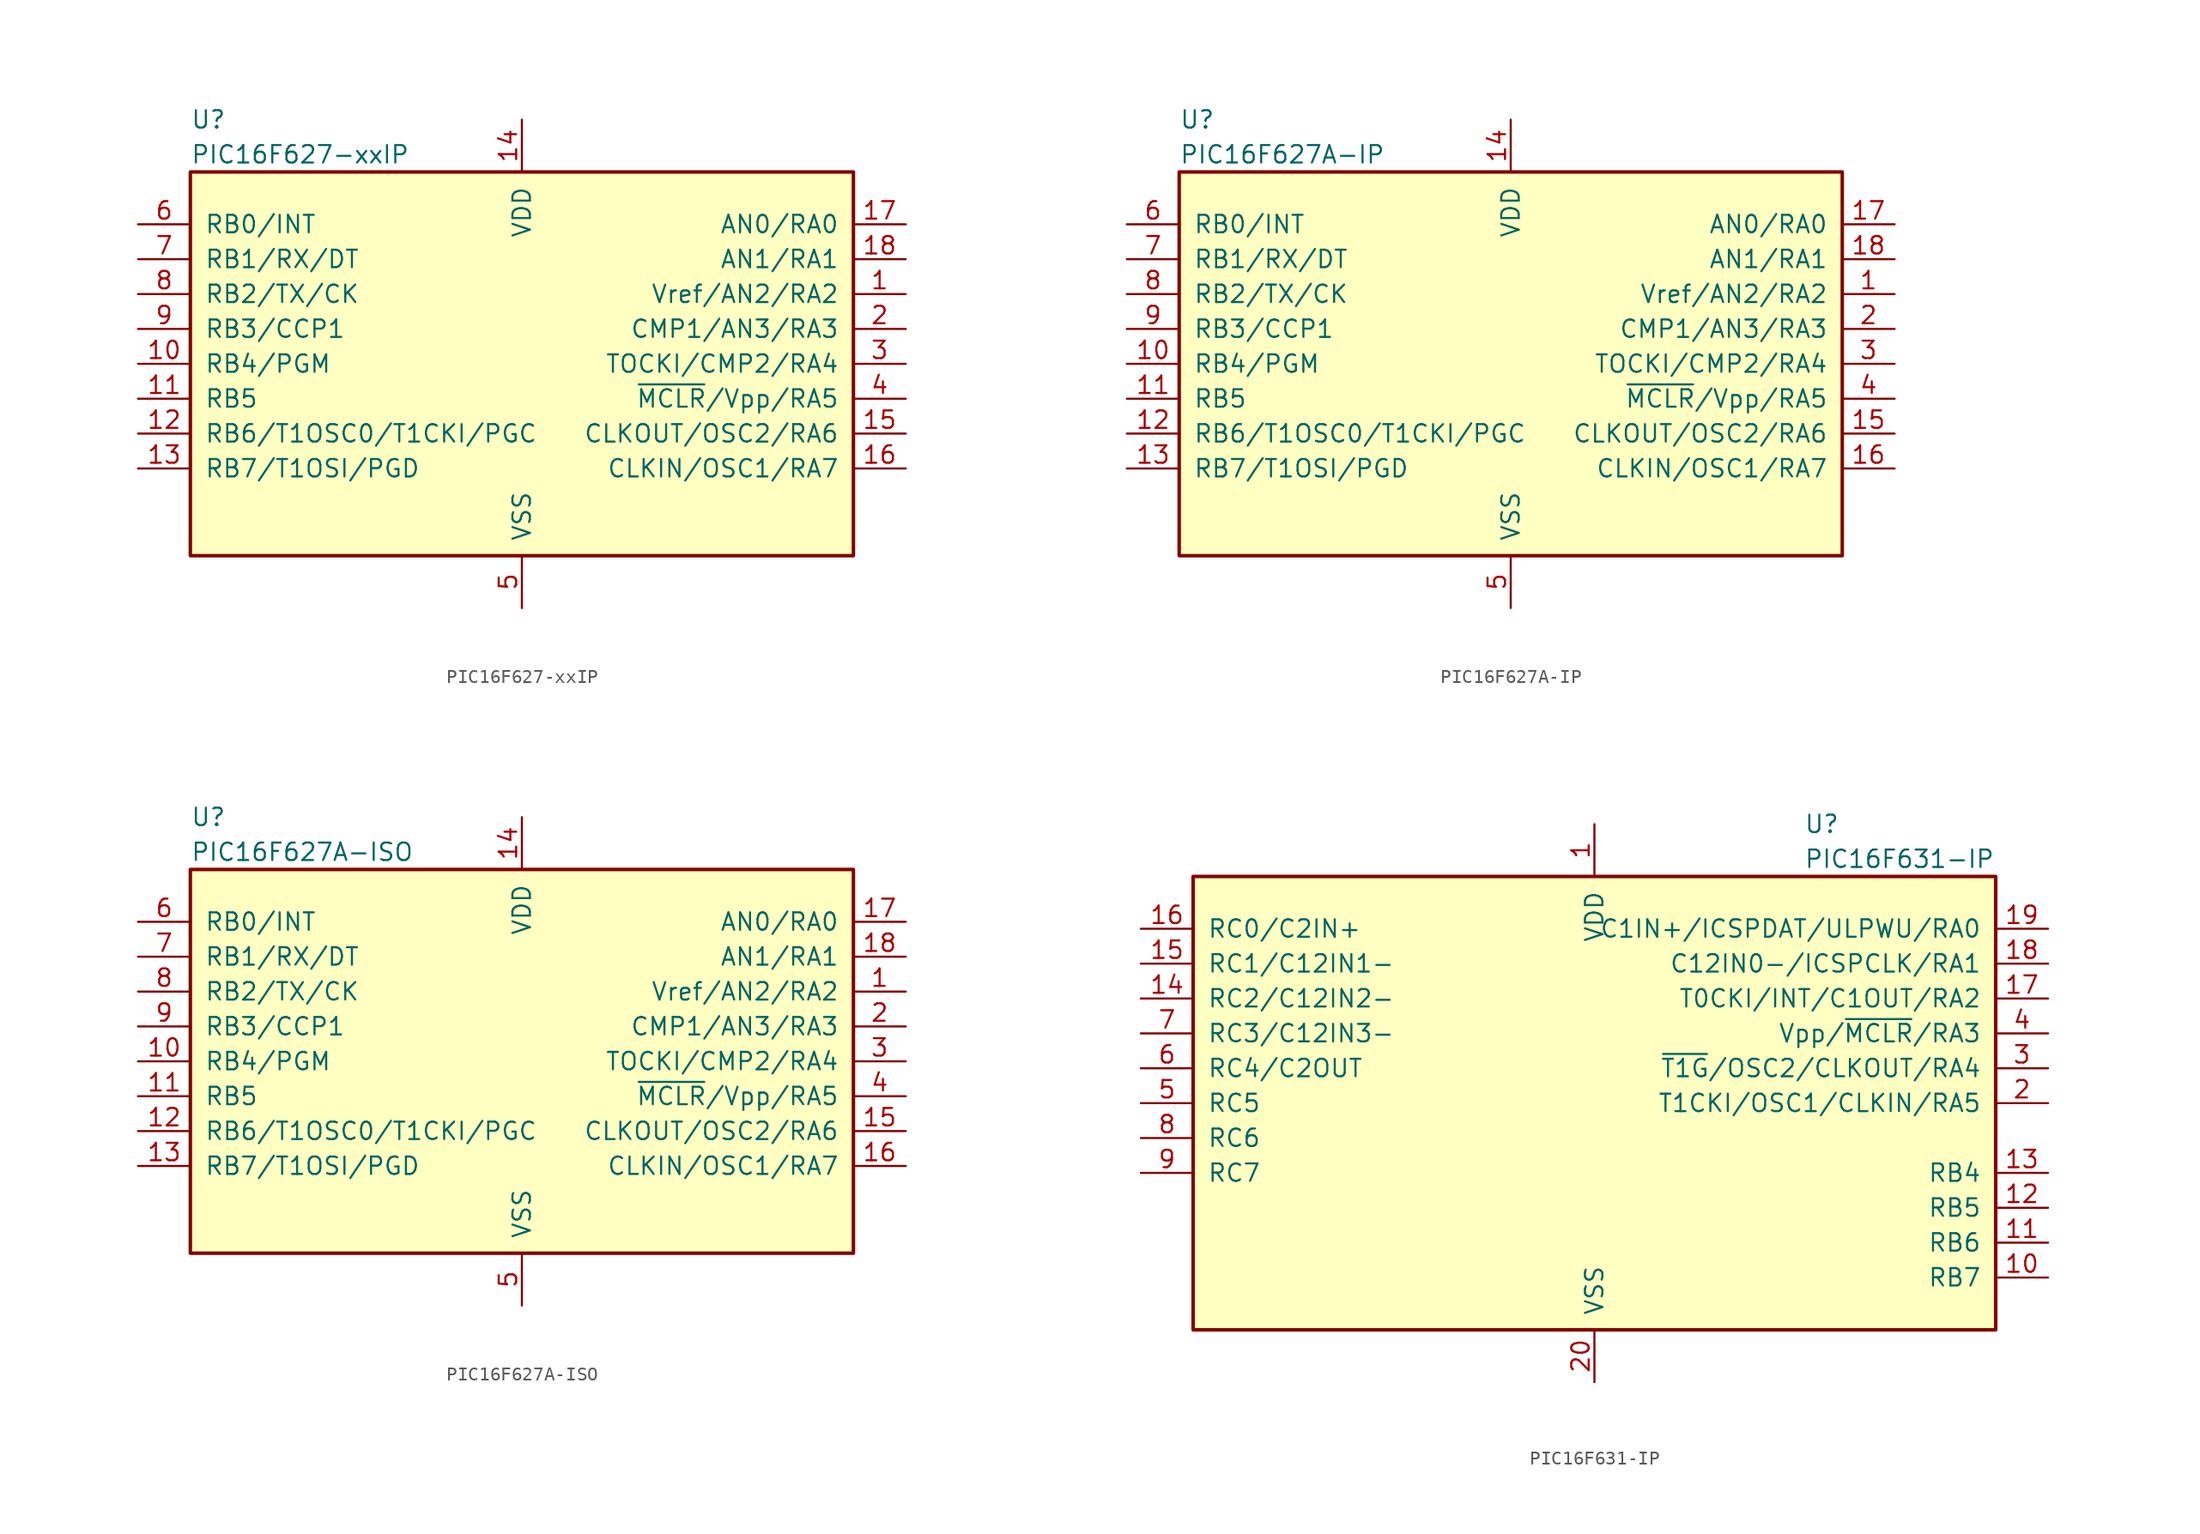
<source format=kicad_sym>
(kicad_symbol_lib
  (version 20211014)
  (generator kicad_symbol_editor)
  (symbol "PIC16F627-xxIP"
    (pin_names
      (offset 1.016))
    (property "Reference" "U"
      (at -24.13 17.78 0)
      (effects (font (size 1.27 1.27)) (justify left)))
    (property "Value" "PIC16F627-xxIP"
      (at -24.13 15.24 0)
      (effects (font (size 1.27 1.27)) (justify left)))
    (symbol "PIC16F627-xxIP_0_1"
      (rectangle (start 24.13 13.97) (end -24.13 -13.97) (stroke (width 0.254) (type default) (color 0 0 0 0)) (fill (type background))))
    (symbol "PIC16F627-xxIP_1_1"
      (pin bidirectional line (at 27.94 5.08 180) (length 3.81) (name "Vref/AN2/RA2" (effects (font (size 1.27 1.27)))) (number "1" (effects (font (size 1.27 1.27)))))
      (pin bidirectional line (at -27.94 0 0) (length 3.81) (name "RB4/PGM" (effects (font (size 1.27 1.27)))) (number "10" (effects (font (size 1.27 1.27)))))
      (pin bidirectional line (at -27.94 -2.54 0) (length 3.81) (name "RB5" (effects (font (size 1.27 1.27)))) (number "11" (effects (font (size 1.27 1.27)))))
      (pin bidirectional line (at -27.94 -5.08 0) (length 3.81) (name "RB6/T1OSC0/T1CKI/PGC" (effects (font (size 1.27 1.27)))) (number "12" (effects (font (size 1.27 1.27)))))
      (pin bidirectional line (at -27.94 -7.62 0) (length 3.81) (name "RB7/T1OSI/PGD" (effects (font (size 1.27 1.27)))) (number "13" (effects (font (size 1.27 1.27)))))
      (pin power_in line (at 0 17.78 270) (length 3.81) (name "VDD" (effects (font (size 1.27 1.27)))) (number "14" (effects (font (size 1.27 1.27)))))
      (pin bidirectional line (at 27.94 -5.08 180) (length 3.81) (name "CLKOUT/OSC2/RA6" (effects (font (size 1.27 1.27)))) (number "15" (effects (font (size 1.27 1.27)))))
      (pin bidirectional line (at 27.94 -7.62 180) (length 3.81) (name "CLKIN/OSC1/RA7" (effects (font (size 1.27 1.27)))) (number "16" (effects (font (size 1.27 1.27)))))
      (pin bidirectional line (at 27.94 10.16 180) (length 3.81) (name "AN0/RA0" (effects (font (size 1.27 1.27)))) (number "17" (effects (font (size 1.27 1.27)))))
      (pin bidirectional line (at 27.94 7.62 180) (length 3.81) (name "AN1/RA1" (effects (font (size 1.27 1.27)))) (number "18" (effects (font (size 1.27 1.27)))))
      (pin bidirectional line (at 27.94 2.54 180) (length 3.81) (name "CMP1/AN3/RA3" (effects (font (size 1.27 1.27)))) (number "2" (effects (font (size 1.27 1.27)))))
      (pin bidirectional line (at 27.94 0 180) (length 3.81) (name "TOCKI/CMP2/RA4" (effects (font (size 1.27 1.27)))) (number "3" (effects (font (size 1.27 1.27)))))
      (pin input line (at 27.94 -2.54 180) (length 3.81) (name "~{MCLR}/Vpp/RA5" (effects (font (size 1.27 1.27)))) (number "4" (effects (font (size 1.27 1.27)))))
      (pin power_in line (at 0 -17.78 90) (length 3.81) (name "VSS" (effects (font (size 1.27 1.27)))) (number "5" (effects (font (size 1.27 1.27)))))
      (pin bidirectional line (at -27.94 10.16 0) (length 3.81) (name "RB0/INT" (effects (font (size 1.27 1.27)))) (number "6" (effects (font (size 1.27 1.27)))))
      (pin bidirectional line (at -27.94 7.62 0) (length 3.81) (name "RB1/RX/DT" (effects (font (size 1.27 1.27)))) (number "7" (effects (font (size 1.27 1.27)))))
      (pin bidirectional line (at -27.94 5.08 0) (length 3.81) (name "RB2/TX/CK" (effects (font (size 1.27 1.27)))) (number "8" (effects (font (size 1.27 1.27)))))
      (pin bidirectional line (at -27.94 2.54 0) (length 3.81) (name "RB3/CCP1" (effects (font (size 1.27 1.27)))) (number "9" (effects (font (size 1.27 1.27)))))))
  (symbol "PIC16F627A-IP"
    (pin_names
      (offset 1.016))
    (property "Reference" "U"
      (at -24.13 17.78 0)
      (effects (font (size 1.27 1.27)) (justify left)))
    (property "Value" "PIC16F627A-IP"
      (at -24.13 15.24 0)
      (effects (font (size 1.27 1.27)) (justify left)))
    (symbol "PIC16F627A-IP_0_1"
      (rectangle (start 24.13 13.97) (end -24.13 -13.97) (stroke (width 0.254) (type default) (color 0 0 0 0)) (fill (type background))))
    (symbol "PIC16F627A-IP_1_1"
      (pin bidirectional line (at 27.94 5.08 180) (length 3.81) (name "Vref/AN2/RA2" (effects (font (size 1.27 1.27)))) (number "1" (effects (font (size 1.27 1.27)))))
      (pin bidirectional line (at -27.94 0 0) (length 3.81) (name "RB4/PGM" (effects (font (size 1.27 1.27)))) (number "10" (effects (font (size 1.27 1.27)))))
      (pin bidirectional line (at -27.94 -2.54 0) (length 3.81) (name "RB5" (effects (font (size 1.27 1.27)))) (number "11" (effects (font (size 1.27 1.27)))))
      (pin bidirectional line (at -27.94 -5.08 0) (length 3.81) (name "RB6/T1OSC0/T1CKI/PGC" (effects (font (size 1.27 1.27)))) (number "12" (effects (font (size 1.27 1.27)))))
      (pin bidirectional line (at -27.94 -7.62 0) (length 3.81) (name "RB7/T1OSI/PGD" (effects (font (size 1.27 1.27)))) (number "13" (effects (font (size 1.27 1.27)))))
      (pin power_in line (at 0 17.78 270) (length 3.81) (name "VDD" (effects (font (size 1.27 1.27)))) (number "14" (effects (font (size 1.27 1.27)))))
      (pin bidirectional line (at 27.94 -5.08 180) (length 3.81) (name "CLKOUT/OSC2/RA6" (effects (font (size 1.27 1.27)))) (number "15" (effects (font (size 1.27 1.27)))))
      (pin bidirectional line (at 27.94 -7.62 180) (length 3.81) (name "CLKIN/OSC1/RA7" (effects (font (size 1.27 1.27)))) (number "16" (effects (font (size 1.27 1.27)))))
      (pin bidirectional line (at 27.94 10.16 180) (length 3.81) (name "AN0/RA0" (effects (font (size 1.27 1.27)))) (number "17" (effects (font (size 1.27 1.27)))))
      (pin bidirectional line (at 27.94 7.62 180) (length 3.81) (name "AN1/RA1" (effects (font (size 1.27 1.27)))) (number "18" (effects (font (size 1.27 1.27)))))
      (pin bidirectional line (at 27.94 2.54 180) (length 3.81) (name "CMP1/AN3/RA3" (effects (font (size 1.27 1.27)))) (number "2" (effects (font (size 1.27 1.27)))))
      (pin bidirectional line (at 27.94 0 180) (length 3.81) (name "TOCKI/CMP2/RA4" (effects (font (size 1.27 1.27)))) (number "3" (effects (font (size 1.27 1.27)))))
      (pin input line (at 27.94 -2.54 180) (length 3.81) (name "~{MCLR}/Vpp/RA5" (effects (font (size 1.27 1.27)))) (number "4" (effects (font (size 1.27 1.27)))))
      (pin power_in line (at 0 -17.78 90) (length 3.81) (name "VSS" (effects (font (size 1.27 1.27)))) (number "5" (effects (font (size 1.27 1.27)))))
      (pin bidirectional line (at -27.94 10.16 0) (length 3.81) (name "RB0/INT" (effects (font (size 1.27 1.27)))) (number "6" (effects (font (size 1.27 1.27)))))
      (pin bidirectional line (at -27.94 7.62 0) (length 3.81) (name "RB1/RX/DT" (effects (font (size 1.27 1.27)))) (number "7" (effects (font (size 1.27 1.27)))))
      (pin bidirectional line (at -27.94 5.08 0) (length 3.81) (name "RB2/TX/CK" (effects (font (size 1.27 1.27)))) (number "8" (effects (font (size 1.27 1.27)))))
      (pin bidirectional line (at -27.94 2.54 0) (length 3.81) (name "RB3/CCP1" (effects (font (size 1.27 1.27)))) (number "9" (effects (font (size 1.27 1.27)))))))
  (symbol "PIC16F627A-ISO"
    (pin_names
      (offset 1.016))
    (property "Reference" "U"
      (at -24.13 17.78 0)
      (effects (font (size 1.27 1.27)) (justify left)))
    (property "Value" "PIC16F627A-ISO"
      (at -24.13 15.24 0)
      (effects (font (size 1.27 1.27)) (justify left)))
    (symbol "PIC16F627A-ISO_0_1"
      (rectangle (start 24.13 13.97) (end -24.13 -13.97) (stroke (width 0.254) (type default) (color 0 0 0 0)) (fill (type background))))
    (symbol "PIC16F627A-ISO_1_1"
      (pin bidirectional line (at 27.94 5.08 180) (length 3.81) (name "Vref/AN2/RA2" (effects (font (size 1.27 1.27)))) (number "1" (effects (font (size 1.27 1.27)))))
      (pin bidirectional line (at -27.94 0 0) (length 3.81) (name "RB4/PGM" (effects (font (size 1.27 1.27)))) (number "10" (effects (font (size 1.27 1.27)))))
      (pin bidirectional line (at -27.94 -2.54 0) (length 3.81) (name "RB5" (effects (font (size 1.27 1.27)))) (number "11" (effects (font (size 1.27 1.27)))))
      (pin bidirectional line (at -27.94 -5.08 0) (length 3.81) (name "RB6/T1OSC0/T1CKI/PGC" (effects (font (size 1.27 1.27)))) (number "12" (effects (font (size 1.27 1.27)))))
      (pin bidirectional line (at -27.94 -7.62 0) (length 3.81) (name "RB7/T1OSI/PGD" (effects (font (size 1.27 1.27)))) (number "13" (effects (font (size 1.27 1.27)))))
      (pin power_in line (at 0 17.78 270) (length 3.81) (name "VDD" (effects (font (size 1.27 1.27)))) (number "14" (effects (font (size 1.27 1.27)))))
      (pin bidirectional line (at 27.94 -5.08 180) (length 3.81) (name "CLKOUT/OSC2/RA6" (effects (font (size 1.27 1.27)))) (number "15" (effects (font (size 1.27 1.27)))))
      (pin bidirectional line (at 27.94 -7.62 180) (length 3.81) (name "CLKIN/OSC1/RA7" (effects (font (size 1.27 1.27)))) (number "16" (effects (font (size 1.27 1.27)))))
      (pin bidirectional line (at 27.94 10.16 180) (length 3.81) (name "AN0/RA0" (effects (font (size 1.27 1.27)))) (number "17" (effects (font (size 1.27 1.27)))))
      (pin bidirectional line (at 27.94 7.62 180) (length 3.81) (name "AN1/RA1" (effects (font (size 1.27 1.27)))) (number "18" (effects (font (size 1.27 1.27)))))
      (pin bidirectional line (at 27.94 2.54 180) (length 3.81) (name "CMP1/AN3/RA3" (effects (font (size 1.27 1.27)))) (number "2" (effects (font (size 1.27 1.27)))))
      (pin bidirectional line (at 27.94 0 180) (length 3.81) (name "TOCKI/CMP2/RA4" (effects (font (size 1.27 1.27)))) (number "3" (effects (font (size 1.27 1.27)))))
      (pin input line (at 27.94 -2.54 180) (length 3.81) (name "~{MCLR}/Vpp/RA5" (effects (font (size 1.27 1.27)))) (number "4" (effects (font (size 1.27 1.27)))))
      (pin power_in line (at 0 -17.78 90) (length 3.81) (name "VSS" (effects (font (size 1.27 1.27)))) (number "5" (effects (font (size 1.27 1.27)))))
      (pin bidirectional line (at -27.94 10.16 0) (length 3.81) (name "RB0/INT" (effects (font (size 1.27 1.27)))) (number "6" (effects (font (size 1.27 1.27)))))
      (pin bidirectional line (at -27.94 7.62 0) (length 3.81) (name "RB1/RX/DT" (effects (font (size 1.27 1.27)))) (number "7" (effects (font (size 1.27 1.27)))))
      (pin bidirectional line (at -27.94 5.08 0) (length 3.81) (name "RB2/TX/CK" (effects (font (size 1.27 1.27)))) (number "8" (effects (font (size 1.27 1.27)))))
      (pin bidirectional line (at -27.94 2.54 0) (length 3.81) (name "RB3/CCP1" (effects (font (size 1.27 1.27)))) (number "9" (effects (font (size 1.27 1.27)))))))
  (symbol "PIC16F631-IP"
    (pin_names
      (offset 1.016))
    (property "Reference" "U"
      (at 15.24 20.32 0)
      (effects (font (size 1.27 1.27)) (justify left)))
    (property "Value" "PIC16F631-IP"
      (at 15.24 17.78 0)
      (effects (font (size 1.27 1.27)) (justify left)))
    (symbol "PIC16F631-IP_0_1"
      (rectangle (start -29.21 16.51) (end 29.21 -16.51) (stroke (width 0.254) (type default) (color 0 0 0 0)) (fill (type background))))
    (symbol "PIC16F631-IP_1_1"
      (pin power_in line (at 0 20.32 270) (length 3.81) (name "VDD" (effects (font (size 1.27 1.27)))) (number "1" (effects (font (size 1.27 1.27)))))
      (pin bidirectional line (at 33.02 -12.7 180) (length 3.81) (name "RB7" (effects (font (size 1.27 1.27)))) (number "10" (effects (font (size 1.27 1.27)))))
      (pin bidirectional line (at 33.02 -10.16 180) (length 3.81) (name "RB6" (effects (font (size 1.27 1.27)))) (number "11" (effects (font (size 1.27 1.27)))))
      (pin bidirectional line (at 33.02 -7.62 180) (length 3.81) (name "RB5" (effects (font (size 1.27 1.27)))) (number "12" (effects (font (size 1.27 1.27)))))
      (pin bidirectional line (at 33.02 -5.08 180) (length 3.81) (name "RB4" (effects (font (size 1.27 1.27)))) (number "13" (effects (font (size 1.27 1.27)))))
      (pin bidirectional line (at -33.02 7.62 0) (length 3.81) (name "RC2/C12IN2-" (effects (font (size 1.27 1.27)))) (number "14" (effects (font (size 1.27 1.27)))))
      (pin bidirectional line (at -33.02 10.16 0) (length 3.81) (name "RC1/C12IN1-" (effects (font (size 1.27 1.27)))) (number "15" (effects (font (size 1.27 1.27)))))
      (pin bidirectional line (at -33.02 12.7 0) (length 3.81) (name "RC0/C2IN+" (effects (font (size 1.27 1.27)))) (number "16" (effects (font (size 1.27 1.27)))))
      (pin bidirectional line (at 33.02 7.62 180) (length 3.81) (name "T0CKI/INT/C1OUT/RA2" (effects (font (size 1.27 1.27)))) (number "17" (effects (font (size 1.27 1.27)))))
      (pin bidirectional line (at 33.02 10.16 180) (length 3.81) (name "C12IN0-/ICSPCLK/RA1" (effects (font (size 1.27 1.27)))) (number "18" (effects (font (size 1.27 1.27)))))
      (pin bidirectional line (at 33.02 12.7 180) (length 3.81) (name "C1IN+/ICSPDAT/ULPWU/RA0" (effects (font (size 1.27 1.27)))) (number "19" (effects (font (size 1.27 1.27)))))
      (pin bidirectional line (at 33.02 0 180) (length 3.81) (name "T1CKI/OSC1/CLKIN/RA5" (effects (font (size 1.27 1.27)))) (number "2" (effects (font (size 1.27 1.27)))))
      (pin power_in line (at 0 -20.32 90) (length 3.81) (name "VSS" (effects (font (size 1.27 1.27)))) (number "20" (effects (font (size 1.27 1.27)))))
      (pin bidirectional line (at 33.02 2.54 180) (length 3.81) (name "~{T1G}/OSC2/CLKOUT/RA4" (effects (font (size 1.27 1.27)))) (number "3" (effects (font (size 1.27 1.27)))))
      (pin input line (at 33.02 5.08 180) (length 3.81) (name "Vpp/~{MCLR}/RA3" (effects (font (size 1.27 1.27)))) (number "4" (effects (font (size 1.27 1.27)))))
      (pin bidirectional line (at -33.02 0 0) (length 3.81) (name "RC5" (effects (font (size 1.27 1.27)))) (number "5" (effects (font (size 1.27 1.27)))))
      (pin bidirectional line (at -33.02 2.54 0) (length 3.81) (name "RC4/C2OUT" (effects (font (size 1.27 1.27)))) (number "6" (effects (font (size 1.27 1.27)))))
      (pin bidirectional line (at -33.02 5.08 0) (length 3.81) (name "RC3/C12IN3-" (effects (font (size 1.27 1.27)))) (number "7" (effects (font (size 1.27 1.27)))))
      (pin bidirectional line (at -33.02 -2.54 0) (length 3.81) (name "RC6" (effects (font (size 1.27 1.27)))) (number "8" (effects (font (size 1.27 1.27)))))
      (pin bidirectional line (at -33.02 -5.08 0) (length 3.81) (name "RC7" (effects (font (size 1.27 1.27)))) (number "9" (effects (font (size 1.27 1.27))))))))
</source>
